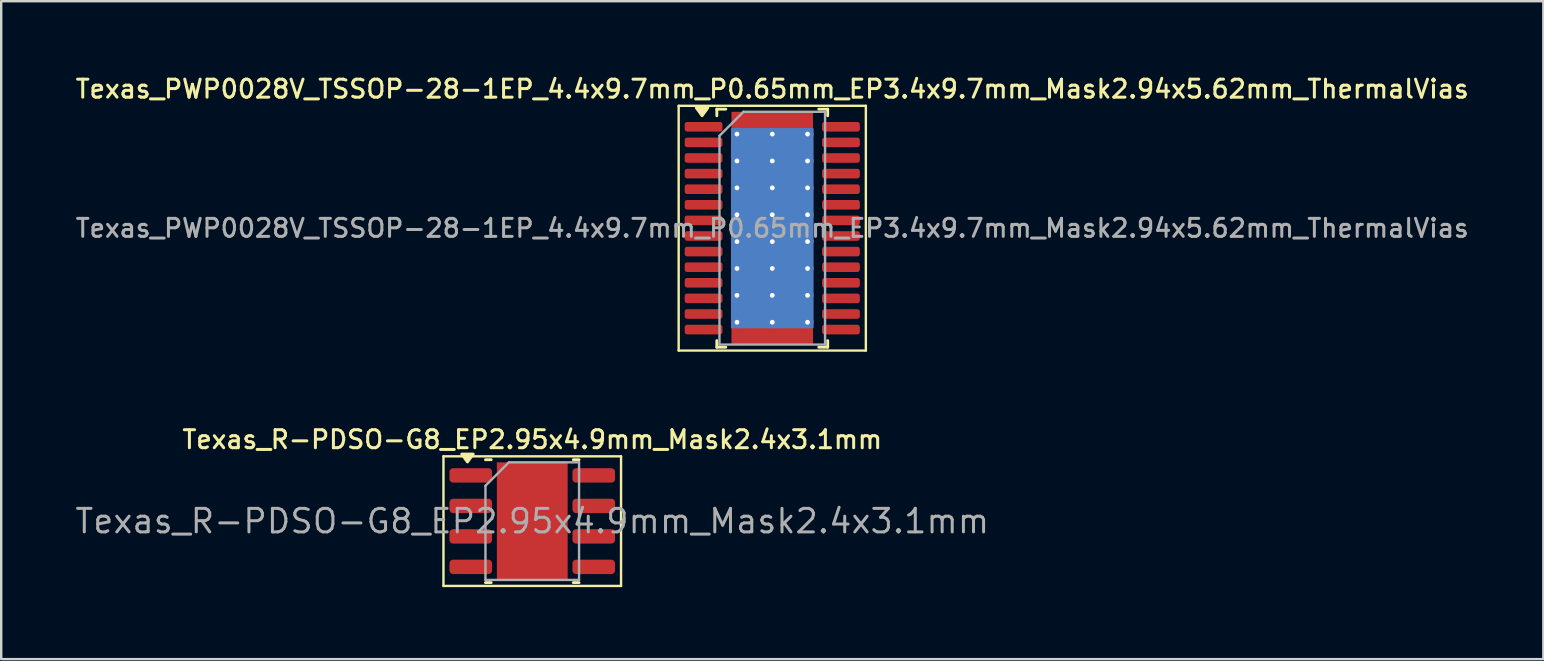
<source format=kicad_pcb>
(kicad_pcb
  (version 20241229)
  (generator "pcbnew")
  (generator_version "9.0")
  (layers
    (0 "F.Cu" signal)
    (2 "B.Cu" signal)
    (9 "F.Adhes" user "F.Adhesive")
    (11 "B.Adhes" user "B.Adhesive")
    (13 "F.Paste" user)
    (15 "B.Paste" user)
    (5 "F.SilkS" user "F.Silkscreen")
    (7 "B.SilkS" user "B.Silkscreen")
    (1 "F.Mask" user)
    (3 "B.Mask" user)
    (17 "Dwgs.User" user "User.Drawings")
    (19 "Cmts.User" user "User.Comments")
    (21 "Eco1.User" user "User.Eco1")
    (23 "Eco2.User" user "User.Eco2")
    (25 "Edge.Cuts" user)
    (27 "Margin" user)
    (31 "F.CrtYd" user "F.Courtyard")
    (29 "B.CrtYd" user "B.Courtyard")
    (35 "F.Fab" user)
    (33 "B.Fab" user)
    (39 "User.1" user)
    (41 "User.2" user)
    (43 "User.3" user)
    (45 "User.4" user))
  (footprint "Texas_PWP0028V_TSSOP-28-1EP_4.4x9.7mm_P0.65mm_EP3.4x9.7mm_Mask2.94x5.62mm_ThermalVias"
    (layer "F.Cu")
    (at 29.13 6.458)
    (property "Reference" "Texas_PWP0028V_TSSOP-28-1EP_4.4x9.7mm_P0.65mm_EP3.4x9.7mm_Mask2.94x5.62mm_ThermalVias" (at 0 -5.8 0) (layer "F.SilkS") (effects (font (size 0.75 0.75) (thickness 0.125))))
    (attr smd)
    (fp_line (start -3.9 -5.1) (end -3.9 5.1) (stroke (width 0.1) (type solid)) (layer "F.SilkS"))
    (fp_line (start -3.9 5.1) (end 3.9 5.1) (stroke (width 0.1) (type solid)) (layer "F.SilkS"))
    (fp_line (start -2.31 -4.96) (end -2.31 -4.685) (stroke (width 0.12) (type solid)) (layer "F.SilkS"))
    (fp_line (start -2.31 4.96) (end -2.31 4.685) (stroke (width 0.12) (type solid)) (layer "F.SilkS"))
    (fp_line (start -1.936 -4.96) (end -2.31 -4.96) (stroke (width 0.12) (type solid)) (layer "F.SilkS"))
    (fp_line (start -1.936 4.96) (end -2.31 4.96) (stroke (width 0.12) (type solid)) (layer "F.SilkS"))
    (fp_line (start 1.936 -4.96) (end 2.31 -4.96) (stroke (width 0.12) (type solid)) (layer "F.SilkS"))
    (fp_line (start 1.936 4.96) (end 2.31 4.96) (stroke (width 0.12) (type solid)) (layer "F.SilkS"))
    (fp_line (start 2.31 -4.96) (end 2.31 -4.685) (stroke (width 0.12) (type solid)) (layer "F.SilkS"))
    (fp_line (start 2.31 4.96) (end 2.31 4.685) (stroke (width 0.12) (type solid)) (layer "F.SilkS"))
    (fp_line (start 3.9 -5.1) (end -3.9 -5.1) (stroke (width 0.1) (type solid)) (layer "F.SilkS"))
    (fp_line (start 3.9 5.1) (end 3.9 -5.1) (stroke (width 0.1) (type solid)) (layer "F.SilkS"))
    (fp_poly (pts (xy -2.925 -4.685) (xy -3.165 -5.015) (xy -2.685 -5.015) (xy -2.925 -4.685)) (stroke (width 0.12) (type solid)) (fill yes) (layer "F.SilkS"))
    (fp_line (start -2.2 -3.85) (end -1.2 -4.85) (stroke (width 0.1) (type solid)) (layer "F.Fab"))
    (fp_line (start -2.2 4.85) (end -2.2 -3.85) (stroke (width 0.1) (type solid)) (layer "F.Fab"))
    (fp_line (start -1.2 -4.85) (end 2.2 -4.85) (stroke (width 0.1) (type solid)) (layer "F.Fab"))
    (fp_line (start 2.2 -4.85) (end 2.2 4.85) (stroke (width 0.1) (type solid)) (layer "F.Fab"))
    (fp_line (start 2.2 4.85) (end -2.2 4.85) (stroke (width 0.1) (type solid)) (layer "F.Fab"))
    (fp_text user "${REFERENCE}" (at 0 0 0) (layer "F.Fab") (effects (font (size 0.75 0.75) (thickness 0.125))))
    (pad "" smd roundrect (at -0.735 -2.24) (size 1.27 0.97) (layers "F.Paste") (roundrect_rratio 0.25))
    (pad "" smd roundrect (at -0.735 -1.12) (size 1.27 0.97) (layers "F.Paste") (roundrect_rratio 0.25))
    (pad "" smd roundrect (at -0.735 0) (size 1.27 0.97) (layers "F.Paste") (roundrect_rratio 0.25))
    (pad "" smd roundrect (at -0.735 1.12) (size 1.27 0.97) (layers "F.Paste") (roundrect_rratio 0.25))
    (pad "" smd roundrect (at -0.735 2.24) (size 1.27 0.97) (layers "F.Paste") (roundrect_rratio 0.25))
    (pad "" smd rect (at 0 0) (size 2.94 5.62) (layers "F.Mask"))
    (pad "" smd roundrect (at 0.735 -2.24) (size 1.27 0.97) (layers "F.Paste") (roundrect_rratio 0.25))
    (pad "" smd roundrect (at 0.735 -1.12) (size 1.27 0.97) (layers "F.Paste") (roundrect_rratio 0.25))
    (pad "" smd roundrect (at 0.735 0) (size 1.27 0.97) (layers "F.Paste") (roundrect_rratio 0.25))
    (pad "" smd roundrect (at 0.735 1.12) (size 1.27 0.97) (layers "F.Paste") (roundrect_rratio 0.25))
    (pad "" smd roundrect (at 0.735 2.24) (size 1.27 0.97) (layers "F.Paste") (roundrect_rratio 0.25))
    (pad "1" smd roundrect (at -2.862 -4.225) (size 1.575 0.4) (layers "F.Cu" "F.Mask" "F.Paste") (roundrect_rratio 0.25))
    (pad "2" smd roundrect (at -2.862 -3.575) (size 1.575 0.4) (layers "F.Cu" "F.Mask" "F.Paste") (roundrect_rratio 0.25))
    (pad "3" smd roundrect (at -2.862 -2.925) (size 1.575 0.4) (layers "F.Cu" "F.Mask" "F.Paste") (roundrect_rratio 0.25))
    (pad "4" smd roundrect (at -2.862 -2.275) (size 1.575 0.4) (layers "F.Cu" "F.Mask" "F.Paste") (roundrect_rratio 0.25))
    (pad "5" smd roundrect (at -2.862 -1.625) (size 1.575 0.4) (layers "F.Cu" "F.Mask" "F.Paste") (roundrect_rratio 0.25))
    (pad "6" smd roundrect (at -2.862 -0.975) (size 1.575 0.4) (layers "F.Cu" "F.Mask" "F.Paste") (roundrect_rratio 0.25))
    (pad "7" smd roundrect (at -2.862 -0.325) (size 1.575 0.4) (layers "F.Cu" "F.Mask" "F.Paste") (roundrect_rratio 0.25))
    (pad "8" smd roundrect (at -2.862 0.325) (size 1.575 0.4) (layers "F.Cu" "F.Mask" "F.Paste") (roundrect_rratio 0.25))
    (pad "9" smd roundrect (at -2.862 0.975) (size 1.575 0.4) (layers "F.Cu" "F.Mask" "F.Paste") (roundrect_rratio 0.25))
    (pad "10" smd roundrect (at -2.862 1.625) (size 1.575 0.4) (layers "F.Cu" "F.Mask" "F.Paste") (roundrect_rratio 0.25))
    (pad "11" smd roundrect (at -2.862 2.275) (size 1.575 0.4) (layers "F.Cu" "F.Mask" "F.Paste") (roundrect_rratio 0.25))
    (pad "12" smd roundrect (at -2.862 2.925) (size 1.575 0.4) (layers "F.Cu" "F.Mask" "F.Paste") (roundrect_rratio 0.25))
    (pad "13" smd roundrect (at -2.862 3.575) (size 1.575 0.4) (layers "F.Cu" "F.Mask" "F.Paste") (roundrect_rratio 0.25))
    (pad "14" smd roundrect (at -2.862 4.225) (size 1.575 0.4) (layers "F.Cu" "F.Mask" "F.Paste") (roundrect_rratio 0.25))
    (pad "15" smd roundrect (at 2.862 4.225) (size 1.575 0.4) (layers "F.Cu" "F.Mask" "F.Paste") (roundrect_rratio 0.25))
    (pad "16" smd roundrect (at 2.862 3.575) (size 1.575 0.4) (layers "F.Cu" "F.Mask" "F.Paste") (roundrect_rratio 0.25))
    (pad "17" smd roundrect (at 2.862 2.925) (size 1.575 0.4) (layers "F.Cu" "F.Mask" "F.Paste") (roundrect_rratio 0.25))
    (pad "18" smd roundrect (at 2.862 2.275) (size 1.575 0.4) (layers "F.Cu" "F.Mask" "F.Paste") (roundrect_rratio 0.25))
    (pad "19" smd roundrect (at 2.862 1.625) (size 1.575 0.4) (layers "F.Cu" "F.Mask" "F.Paste") (roundrect_rratio 0.25))
    (pad "20" smd roundrect (at 2.862 0.975) (size 1.575 0.4) (layers "F.Cu" "F.Mask" "F.Paste") (roundrect_rratio 0.25))
    (pad "21" smd roundrect (at 2.862 0.325) (size 1.575 0.4) (layers "F.Cu" "F.Mask" "F.Paste") (roundrect_rratio 0.25))
    (pad "22" smd roundrect (at 2.862 -0.325) (size 1.575 0.4) (layers "F.Cu" "F.Mask" "F.Paste") (roundrect_rratio 0.25))
    (pad "23" smd roundrect (at 2.862 -0.975) (size 1.575 0.4) (layers "F.Cu" "F.Mask" "F.Paste") (roundrect_rratio 0.25))
    (pad "24" smd roundrect (at 2.862 -1.625) (size 1.575 0.4) (layers "F.Cu" "F.Mask" "F.Paste") (roundrect_rratio 0.25))
    (pad "25" smd roundrect (at 2.862 -2.275) (size 1.575 0.4) (layers "F.Cu" "F.Mask" "F.Paste") (roundrect_rratio 0.25))
    (pad "26" smd roundrect (at 2.862 -2.925) (size 1.575 0.4) (layers "F.Cu" "F.Mask" "F.Paste") (roundrect_rratio 0.25))
    (pad "27" smd roundrect (at 2.862 -3.575) (size 1.575 0.4) (layers "F.Cu" "F.Mask" "F.Paste") (roundrect_rratio 0.25))
    (pad "28" smd roundrect (at 2.862 -4.225) (size 1.575 0.4) (layers "F.Cu" "F.Mask" "F.Paste") (roundrect_rratio 0.25))
    (pad "29" thru_hole circle (at -1.47 -3.92) (size 0.5 0.5) (drill 0.2) (property pad_prop_heatsink) (layers "*.Cu"))
    (pad "29" thru_hole circle (at -1.47 -2.8) (size 0.5 0.5) (drill 0.2) (property pad_prop_heatsink) (layers "*.Cu"))
    (pad "29" thru_hole circle (at -1.47 -1.68) (size 0.5 0.5) (drill 0.2) (property pad_prop_heatsink) (layers "*.Cu"))
    (pad "29" thru_hole circle (at -1.47 -0.56) (size 0.5 0.5) (drill 0.2) (property pad_prop_heatsink) (layers "*.Cu"))
    (pad "29" thru_hole circle (at -1.47 0.56) (size 0.5 0.5) (drill 0.2) (property pad_prop_heatsink) (layers "*.Cu"))
    (pad "29" thru_hole circle (at -1.47 1.68) (size 0.5 0.5) (drill 0.2) (property pad_prop_heatsink) (layers "*.Cu"))
    (pad "29" thru_hole circle (at -1.47 2.8) (size 0.5 0.5) (drill 0.2) (property pad_prop_heatsink) (layers "*.Cu"))
    (pad "29" thru_hole circle (at -1.47 3.92) (size 0.5 0.5) (drill 0.2) (property pad_prop_heatsink) (layers "*.Cu"))
    (pad "29" thru_hole circle (at 0 -3.92) (size 0.5 0.5) (drill 0.2) (property pad_prop_heatsink) (layers "*.Cu"))
    (pad "29" thru_hole circle (at 0 -2.8) (size 0.5 0.5) (drill 0.2) (property pad_prop_heatsink) (layers "*.Cu"))
    (pad "29" thru_hole circle (at 0 -1.68) (size 0.5 0.5) (drill 0.2) (property pad_prop_heatsink) (layers "*.Cu"))
    (pad "29" thru_hole circle (at 0 -0.56) (size 0.5 0.5) (drill 0.2) (property pad_prop_heatsink) (layers "*.Cu"))
    (pad "29" smd rect (at 0 0) (size 3.4 9.7) (property pad_prop_heatsink) (layers "F.Cu"))
    (pad "29" smd rect (at 0 0) (size 3.44 8.34) (property pad_prop_heatsink) (layers "B.Cu"))
    (pad "29" thru_hole circle (at 0 0.56) (size 0.5 0.5) (drill 0.2) (property pad_prop_heatsink) (layers "*.Cu"))
    (pad "29" thru_hole circle (at 0 1.68) (size 0.5 0.5) (drill 0.2) (property pad_prop_heatsink) (layers "*.Cu"))
    (pad "29" thru_hole circle (at 0 2.8) (size 0.5 0.5) (drill 0.2) (property pad_prop_heatsink) (layers "*.Cu"))
    (pad "29" thru_hole circle (at 0 3.92) (size 0.5 0.5) (drill 0.2) (property pad_prop_heatsink) (layers "*.Cu"))
    (pad "29" thru_hole circle (at 1.47 -3.92) (size 0.5 0.5) (drill 0.2) (property pad_prop_heatsink) (layers "*.Cu"))
    (pad "29" thru_hole circle (at 1.47 -2.8) (size 0.5 0.5) (drill 0.2) (property pad_prop_heatsink) (layers "*.Cu"))
    (pad "29" thru_hole circle (at 1.47 -1.68) (size 0.5 0.5) (drill 0.2) (property pad_prop_heatsink) (layers "*.Cu"))
    (pad "29" thru_hole circle (at 1.47 -0.56) (size 0.5 0.5) (drill 0.2) (property pad_prop_heatsink) (layers "*.Cu"))
    (pad "29" thru_hole circle (at 1.47 0.56) (size 0.5 0.5) (drill 0.2) (property pad_prop_heatsink) (layers "*.Cu"))
    (pad "29" thru_hole circle (at 1.47 1.68) (size 0.5 0.5) (drill 0.2) (property pad_prop_heatsink) (layers "*.Cu"))
    (pad "29" thru_hole circle (at 1.47 2.8) (size 0.5 0.5) (drill 0.2) (property pad_prop_heatsink) (layers "*.Cu"))
    (pad "29" thru_hole circle (at 1.47 3.92) (size 0.5 0.5) (drill 0.2) (property pad_prop_heatsink) (layers "*.Cu")))
  (footprint "Texas_R-PDSO-G8_EP2.95x4.9mm_Mask2.4x3.1mm"
    (layer "F.Cu")
    (at 19.129 18.666)
    (property "Reference" "Texas_R-PDSO-G8_EP2.95x4.9mm_Mask2.4x3.1mm" (at 0 -3.4 0) (layer "F.SilkS") (effects (font (size 0.75 0.75) (thickness 0.125))))
    (attr smd)
    (fp_line (start -3.7 -2.7) (end -3.7 2.7) (stroke (width 0.1) (type solid)) (layer "F.SilkS"))
    (fp_line (start -3.7 2.7) (end 3.7 2.7) (stroke (width 0.1) (type solid)) (layer "F.SilkS"))
    (fp_line (start -1.711 -2.56) (end -1.95 -2.56) (stroke (width 0.12) (type solid)) (layer "F.SilkS"))
    (fp_line (start -1.711 2.56) (end -1.95 2.56) (stroke (width 0.12) (type solid)) (layer "F.SilkS"))
    (fp_line (start 1.711 -2.56) (end 1.95 -2.56) (stroke (width 0.12) (type solid)) (layer "F.SilkS"))
    (fp_line (start 1.711 2.56) (end 1.95 2.56) (stroke (width 0.12) (type solid)) (layer "F.SilkS"))
    (fp_line (start 3.7 -2.7) (end -3.7 -2.7) (stroke (width 0.1) (type solid)) (layer "F.SilkS"))
    (fp_line (start 3.7 2.7) (end 3.7 -2.7) (stroke (width 0.1) (type solid)) (layer "F.SilkS"))
    (fp_poly (pts (xy -2.7 -2.465) (xy -2.94 -2.795) (xy -2.46 -2.795) (xy -2.7 -2.465)) (stroke (width 0.12) (type solid)) (fill yes) (layer "F.SilkS"))
    (fp_line (start -1.95 -1.475) (end -0.975 -2.45) (stroke (width 0.1) (type solid)) (layer "F.Fab"))
    (fp_line (start -1.95 2.45) (end -1.95 -1.475) (stroke (width 0.1) (type solid)) (layer "F.Fab"))
    (fp_line (start -0.975 -2.45) (end 1.95 -2.45) (stroke (width 0.1) (type solid)) (layer "F.Fab"))
    (fp_line (start 1.95 -2.45) (end 1.95 2.45) (stroke (width 0.1) (type solid)) (layer "F.Fab"))
    (fp_line (start 1.95 2.45) (end -1.95 2.45) (stroke (width 0.1) (type solid)) (layer "F.Fab"))
    (fp_text user "${REFERENCE}" (at 0 0 0) (layer "F.Fab") (effects (font (size 0.98 0.98) (thickness 0.125))))
    (pad "" smd roundrect (at -0.6 -1.03) (size 0.97 0.83) (layers "F.Paste") (roundrect_rratio 0.25))
    (pad "" smd roundrect (at -0.6 0) (size 0.97 0.83) (layers "F.Paste") (roundrect_rratio 0.25))
    (pad "" smd roundrect (at -0.6 1.03) (size 0.97 0.83) (layers "F.Paste") (roundrect_rratio 0.25))
    (pad "" smd rect (at 0 0) (size 2.4 3.1) (layers "F.Mask"))
    (pad "" smd roundrect (at 0.6 -1.03) (size 0.97 0.83) (layers "F.Paste") (roundrect_rratio 0.25))
    (pad "" smd roundrect (at 0.6 0) (size 0.97 0.83) (layers "F.Paste") (roundrect_rratio 0.25))
    (pad "" smd roundrect (at 0.6 1.03) (size 0.97 0.83) (layers "F.Paste") (roundrect_rratio 0.25))
    (pad "1" smd roundrect (at -2.562 -1.905) (size 1.775 0.6) (layers "F.Cu" "F.Mask" "F.Paste") (roundrect_rratio 0.25))
    (pad "2" smd roundrect (at -2.562 -0.635) (size 1.775 0.6) (layers "F.Cu" "F.Mask" "F.Paste") (roundrect_rratio 0.25))
    (pad "3" smd roundrect (at -2.562 0.635) (size 1.775 0.6) (layers "F.Cu" "F.Mask" "F.Paste") (roundrect_rratio 0.25))
    (pad "4" smd roundrect (at -2.562 1.905) (size 1.775 0.6) (layers "F.Cu" "F.Mask" "F.Paste") (roundrect_rratio 0.25))
    (pad "5" smd roundrect (at 2.562 1.905) (size 1.775 0.6) (layers "F.Cu" "F.Mask" "F.Paste") (roundrect_rratio 0.25))
    (pad "6" smd roundrect (at 2.562 0.635) (size 1.775 0.6) (layers "F.Cu" "F.Mask" "F.Paste") (roundrect_rratio 0.25))
    (pad "7" smd roundrect (at 2.562 -0.635) (size 1.775 0.6) (layers "F.Cu" "F.Mask" "F.Paste") (roundrect_rratio 0.25))
    (pad "8" smd roundrect (at 2.562 -1.905) (size 1.775 0.6) (layers "F.Cu" "F.Mask" "F.Paste") (roundrect_rratio 0.25))
    (pad "9" smd rect (at 0 0) (size 2.95 4.9) (property pad_prop_heatsink) (layers "F.Cu")))
  (gr_rect
    (start -3 -3)
    (end 61.261 24.416)
    (stroke (width 0.1) (type default))
    (fill no)
    (layer "Edge.Cuts")))
</source>
